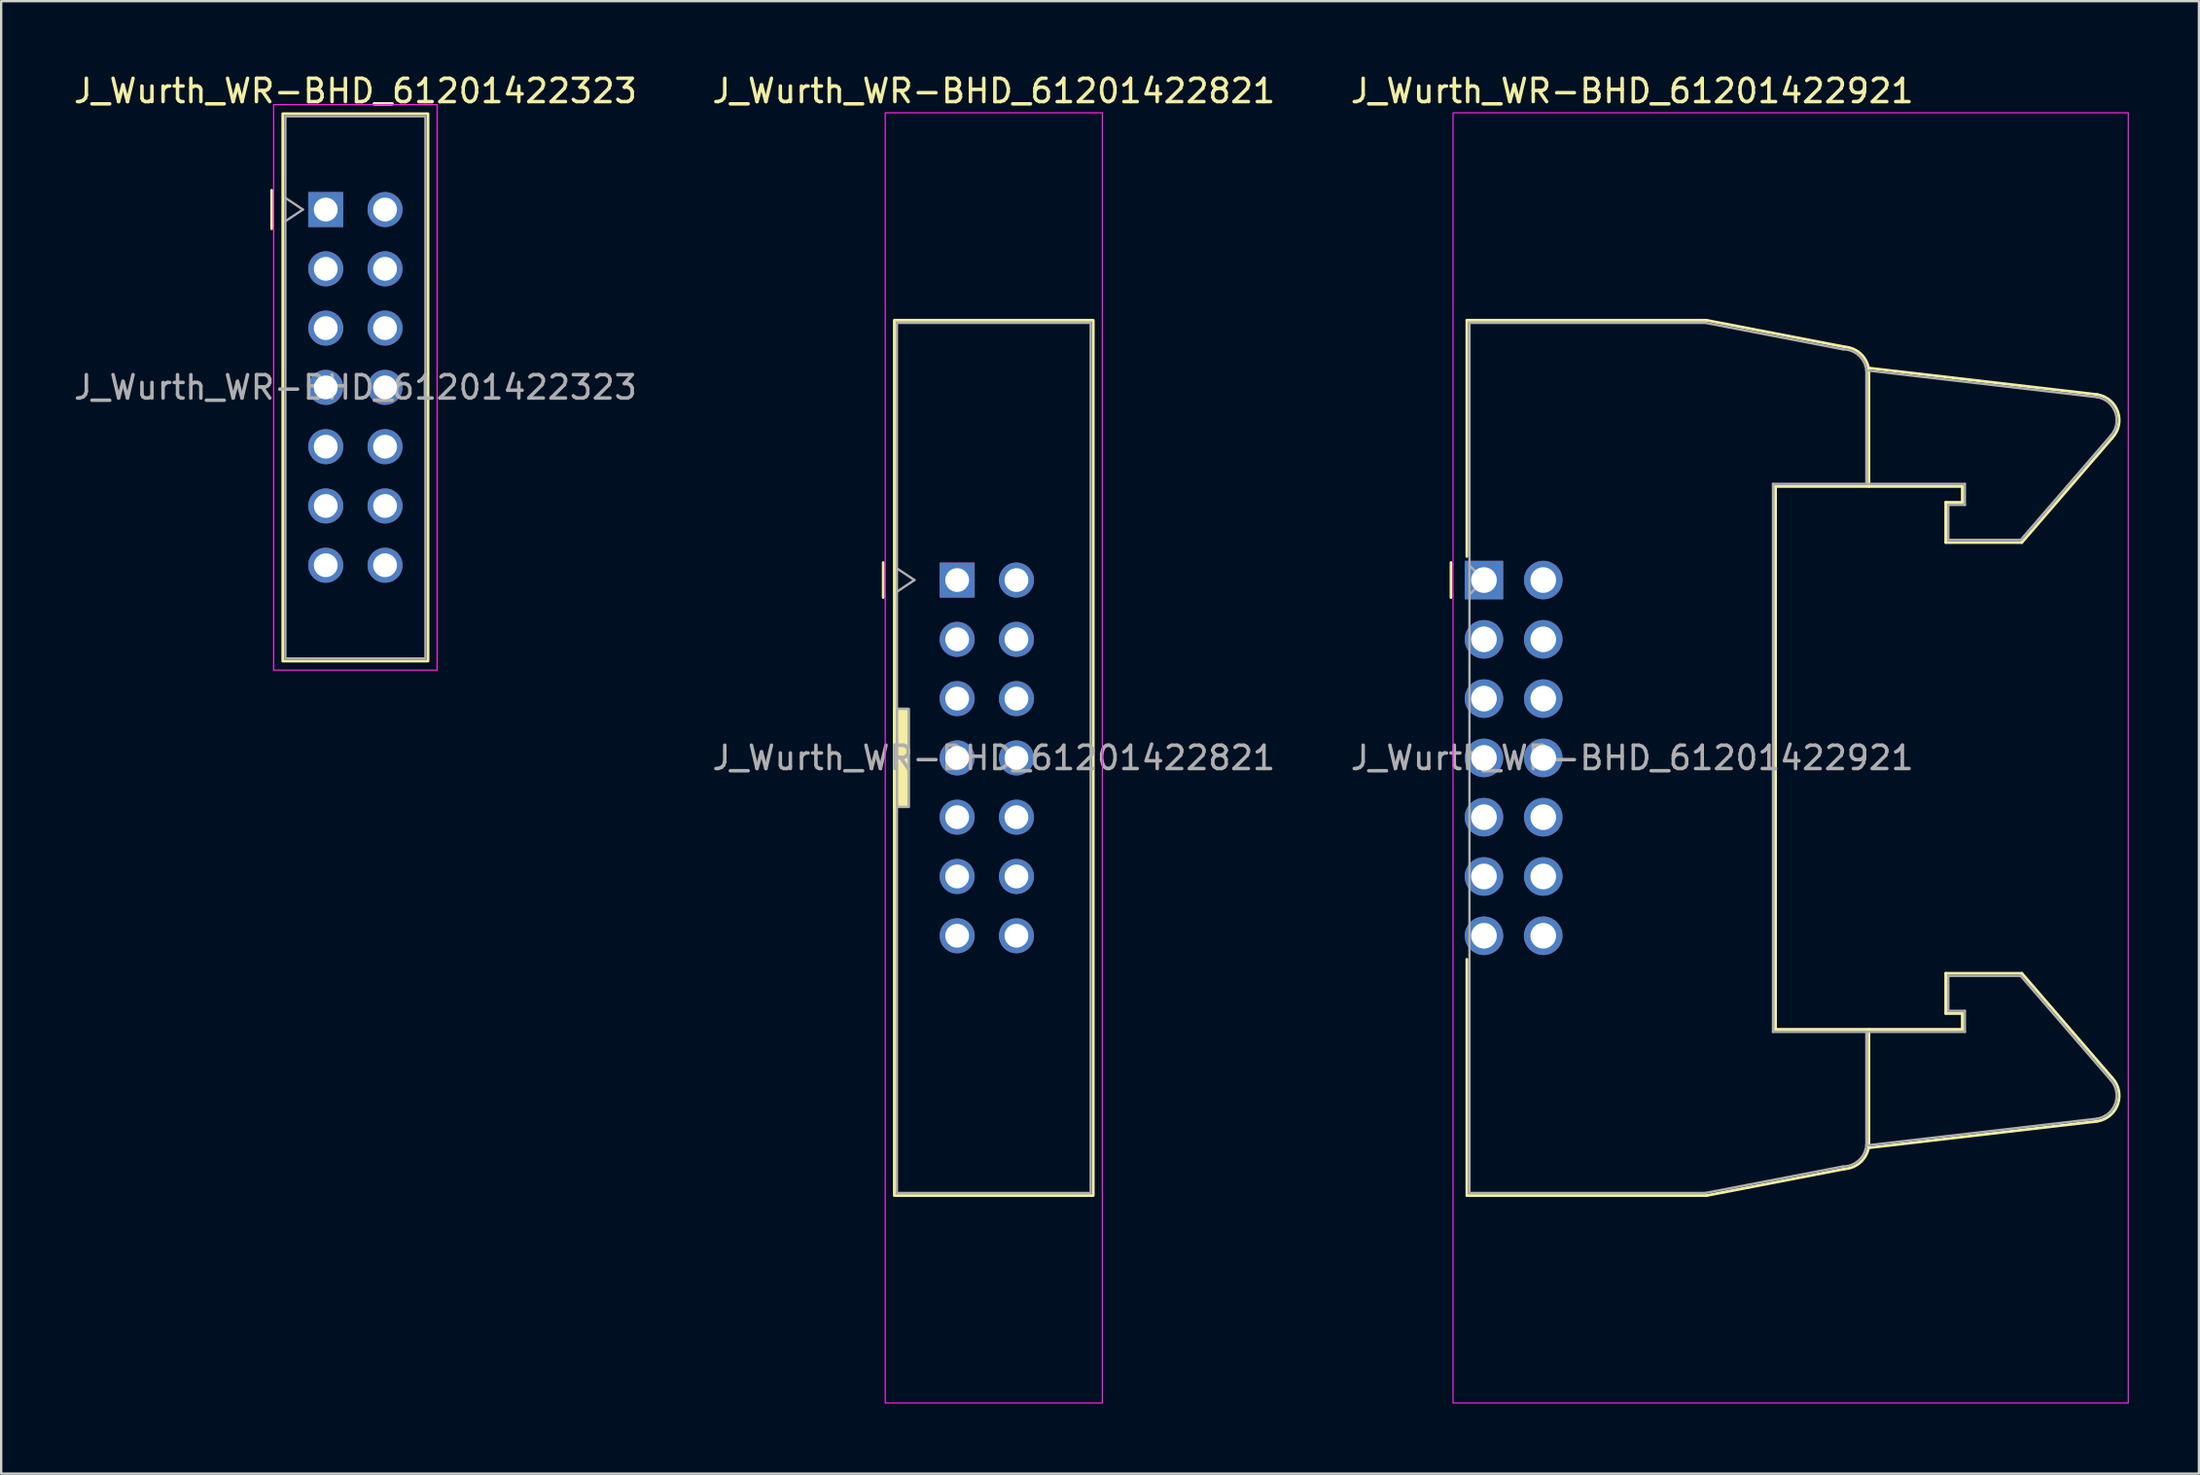
<source format=kicad_pcb>
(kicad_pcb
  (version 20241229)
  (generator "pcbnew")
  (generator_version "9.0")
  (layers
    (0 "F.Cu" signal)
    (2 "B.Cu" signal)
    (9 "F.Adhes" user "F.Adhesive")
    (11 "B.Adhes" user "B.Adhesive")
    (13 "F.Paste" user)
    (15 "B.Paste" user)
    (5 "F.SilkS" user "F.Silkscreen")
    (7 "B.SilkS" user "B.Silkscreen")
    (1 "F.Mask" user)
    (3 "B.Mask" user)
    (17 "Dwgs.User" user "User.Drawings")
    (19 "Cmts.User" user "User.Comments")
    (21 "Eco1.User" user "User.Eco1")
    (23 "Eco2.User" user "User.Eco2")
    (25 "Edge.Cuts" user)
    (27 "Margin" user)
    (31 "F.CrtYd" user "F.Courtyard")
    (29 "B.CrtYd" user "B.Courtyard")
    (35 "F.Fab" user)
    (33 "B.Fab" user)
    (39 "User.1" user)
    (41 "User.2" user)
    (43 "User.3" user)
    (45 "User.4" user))
  (footprint "J_Wurth_WR-BHD_61201422821"
    (layer "F.Cu")
    (at 37.948 21.803)
    (property "Reference" "J_Wurth_WR-BHD_61201422821" (at 1.57 -20.955 0) (unlocked yes) (layer "F.SilkS") (effects (font (size 1 1) (thickness 0.15))))
    (attr through_hole)
    (fp_line (start -3.165 -0.75) (end -3.165 0.75) (stroke (width 0.12) (type solid)) (layer "F.SilkS"))
    (fp_rect (start -2.69 -11.13) (end 5.83 26.37) (stroke (width 0.12) (type solid)) (fill no) (layer "F.SilkS"))
    (fp_rect (start -2.69 5.52) (end -2.08 9.72) (stroke (width 0.1) (type solid)) (fill yes) (layer "F.SilkS"))
    (fp_rect (start -3.08 -20.02) (end 6.22 35.26) (stroke (width 0.05) (type solid)) (fill no) (layer "F.CrtYd"))
    (fp_line (start -1.83 0) (end -2.58 -0.5) (stroke (width 0.1) (type solid)) (layer "F.Fab"))
    (fp_line (start -1.83 0) (end -2.58 0.5) (stroke (width 0.1) (type solid)) (layer "F.Fab"))
    (fp_rect (start -2.58 -11.02) (end 5.72 26.26) (stroke (width 0.1) (type solid)) (fill no) (layer "F.Fab"))
    (fp_rect (start -2.58 5.52) (end -2.08 9.72) (stroke (width 0.1) (type solid)) (fill no) (layer "F.Fab"))
    (fp_text user "${REFERENCE}" (at 1.57 7.62 0) (unlocked yes) (layer "F.Fab") (effects (font (size 1 1) (thickness 0.15))))
    (pad "1" thru_hole rect (at 0 0 270) (size 1.5 1.5) (drill 1.02) (layers "*.Cu" "*.Mask"))
    (pad "2" thru_hole circle (at 2.54 0 270) (size 1.5 1.5) (drill 1.02) (layers "*.Cu" "*.Mask"))
    (pad "3" thru_hole circle (at 0 2.54 270) (size 1.5 1.5) (drill 1.02) (layers "*.Cu" "*.Mask"))
    (pad "4" thru_hole circle (at 2.54 2.54 270) (size 1.5 1.5) (drill 1.02) (layers "*.Cu" "*.Mask"))
    (pad "5" thru_hole circle (at 0 5.08 270) (size 1.5 1.5) (drill 1.02) (layers "*.Cu" "*.Mask"))
    (pad "6" thru_hole circle (at 2.54 5.08 270) (size 1.5 1.5) (drill 1.02) (layers "*.Cu" "*.Mask"))
    (pad "7" thru_hole circle (at 0 7.62 270) (size 1.5 1.5) (drill 1.02) (layers "*.Cu" "*.Mask"))
    (pad "8" thru_hole circle (at 2.54 7.62 270) (size 1.5 1.5) (drill 1.02) (layers "*.Cu" "*.Mask"))
    (pad "9" thru_hole circle (at 0 10.16 270) (size 1.5 1.5) (drill 1.02) (layers "*.Cu" "*.Mask"))
    (pad "10" thru_hole circle (at 2.54 10.16 270) (size 1.5 1.5) (drill 1.02) (layers "*.Cu" "*.Mask"))
    (pad "11" thru_hole circle (at 0 12.7 270) (size 1.5 1.5) (drill 1.02) (layers "*.Cu" "*.Mask"))
    (pad "12" thru_hole circle (at 2.54 12.7 270) (size 1.5 1.5) (drill 1.02) (layers "*.Cu" "*.Mask"))
    (pad "13" thru_hole circle (at 0 15.24 270) (size 1.5 1.5) (drill 1.02) (layers "*.Cu" "*.Mask"))
    (pad "14" thru_hole circle (at 2.54 15.24 270) (size 1.5 1.5) (drill 1.02) (layers "*.Cu" "*.Mask")))
  (footprint "J_Wurth_WR-BHD_61201422323"
    (layer "F.Cu")
    (at 10.903 5.928)
    (property "Reference" "J_Wurth_WR-BHD_61201422323" (at 1.27 -5.08 0) (unlocked yes) (layer "F.SilkS") (effects (font (size 1 1) (thickness 0.15))))
    (attr through_hole)
    (fp_line (start -2.315 -0.825) (end -2.315 0.825) (stroke (width 0.12) (type solid)) (layer "F.SilkS"))
    (fp_rect (start -1.84 -4.105) (end 4.38 19.345) (stroke (width 0.12) (type solid)) (fill no) (layer "F.SilkS"))
    (fp_rect (start -2.23 -4.495) (end 4.77 19.735) (stroke (width 0.05) (type solid)) (fill no) (layer "F.CrtYd"))
    (fp_line (start -0.98 0) (end -1.73 -0.5) (stroke (width 0.1) (type solid)) (layer "F.Fab"))
    (fp_line (start -0.98 0) (end -1.73 0.5) (stroke (width 0.1) (type solid)) (layer "F.Fab"))
    (fp_rect (start -1.73 -3.995) (end 4.27 19.235) (stroke (width 0.1) (type solid)) (fill no) (layer "F.Fab"))
    (fp_text user "${REFERENCE}" (at 1.27 7.62 0) (unlocked yes) (layer "F.Fab") (effects (font (size 1 1) (thickness 0.15))))
    (pad "1" thru_hole rect (at 0 0 270) (size 1.5 1.5) (drill 1.02) (layers "*.Cu" "*.Mask"))
    (pad "2" thru_hole circle (at 2.54 0 270) (size 1.5 1.5) (drill 1.02) (layers "*.Cu" "*.Mask"))
    (pad "3" thru_hole circle (at 0 2.54 270) (size 1.5 1.5) (drill 1.02) (layers "*.Cu" "*.Mask"))
    (pad "4" thru_hole circle (at 2.54 2.54 270) (size 1.5 1.5) (drill 1.02) (layers "*.Cu" "*.Mask"))
    (pad "5" thru_hole circle (at 0 5.08 270) (size 1.5 1.5) (drill 1.02) (layers "*.Cu" "*.Mask"))
    (pad "6" thru_hole circle (at 2.54 5.08 270) (size 1.5 1.5) (drill 1.02) (layers "*.Cu" "*.Mask"))
    (pad "7" thru_hole circle (at 0 7.62 270) (size 1.5 1.5) (drill 1.02) (layers "*.Cu" "*.Mask"))
    (pad "8" thru_hole circle (at 2.54 7.62 270) (size 1.5 1.5) (drill 1.02) (layers "*.Cu" "*.Mask"))
    (pad "9" thru_hole circle (at 0 10.16 270) (size 1.5 1.5) (drill 1.02) (layers "*.Cu" "*.Mask"))
    (pad "10" thru_hole circle (at 2.54 10.16 270) (size 1.5 1.5) (drill 1.02) (layers "*.Cu" "*.Mask"))
    (pad "11" thru_hole circle (at 0 12.7 270) (size 1.5 1.5) (drill 1.02) (layers "*.Cu" "*.Mask"))
    (pad "12" thru_hole circle (at 2.54 12.7 270) (size 1.5 1.5) (drill 1.02) (layers "*.Cu" "*.Mask"))
    (pad "13" thru_hole circle (at 0 15.24 270) (size 1.5 1.5) (drill 1.02) (layers "*.Cu" "*.Mask"))
    (pad "14" thru_hole circle (at 2.54 15.24 270) (size 1.5 1.5) (drill 1.02) (layers "*.Cu" "*.Mask")))
  (footprint "J_Wurth_WR-BHD_61201422921"
    (layer "F.Cu")
    (at 60.513 21.803)
    (property "Reference" "J_Wurth_WR-BHD_61201422921" (at 6.35 -20.955 0) (unlocked yes) (layer "F.SilkS") (effects (font (size 1 1) (thickness 0.15))))
    (attr through_hole)
    (fp_line (start -1.41 -0.75) (end -1.41 0.75) (stroke (width 0.12) (type solid)) (layer "F.SilkS"))
    (fp_line (start -0.73 -11.13) (end -0.73 -1.01) (stroke (width 0.12) (type solid)) (layer "F.SilkS"))
    (fp_line (start -0.73 -11.13) (end 9.534 -11.13) (stroke (width 0.12) (type solid)) (layer "F.SilkS"))
    (fp_line (start -0.73 26.37) (end -0.73 16.25) (stroke (width 0.12) (type solid)) (layer "F.SilkS"))
    (fp_line (start -0.73 26.37) (end 9.534 26.37) (stroke (width 0.12) (type solid)) (layer "F.SilkS"))
    (fp_line (start 9.534 -11.13) (end 15.443 -9.992) (stroke (width 0.12) (type solid)) (layer "F.SilkS"))
    (fp_line (start 9.534 26.37) (end 15.443 25.232) (stroke (width 0.12) (type solid)) (layer "F.SilkS"))
    (fp_line (start 12.49 19.25) (end 12.49 -4.01) (stroke (width 0.12) (type solid)) (layer "F.SilkS"))
    (fp_line (start 16.49 -8.975) (end 16.49 -4.01) (stroke (width 0.12) (type solid)) (layer "F.SilkS"))
    (fp_line (start 16.49 24.215) (end 16.49 19.25) (stroke (width 0.12) (type solid)) (layer "F.SilkS"))
    (fp_line (start 19.78 -3.33) (end 19.78 -1.61) (stroke (width 0.12) (type solid)) (layer "F.SilkS"))
    (fp_line (start 19.78 -1.61) (end 23.04 -1.61) (stroke (width 0.12) (type solid)) (layer "F.SilkS"))
    (fp_line (start 19.78 16.85) (end 23.04 16.85) (stroke (width 0.12) (type solid)) (layer "F.SilkS"))
    (fp_line (start 19.78 18.57) (end 19.78 16.85) (stroke (width 0.12) (type solid)) (layer "F.SilkS"))
    (fp_line (start 20.49 -4.01) (end 12.49 -4.01) (stroke (width 0.12) (type solid)) (layer "F.SilkS"))
    (fp_line (start 20.49 -3.33) (end 19.78 -3.33) (stroke (width 0.12) (type solid)) (layer "F.SilkS"))
    (fp_line (start 20.49 -3.33) (end 20.49 -4.01) (stroke (width 0.12) (type solid)) (layer "F.SilkS"))
    (fp_line (start 20.49 18.57) (end 19.78 18.57) (stroke (width 0.12) (type solid)) (layer "F.SilkS"))
    (fp_line (start 20.49 18.57) (end 20.49 19.25) (stroke (width 0.12) (type solid)) (layer "F.SilkS"))
    (fp_line (start 20.49 19.25) (end 12.49 19.25) (stroke (width 0.12) (type solid)) (layer "F.SilkS"))
    (fp_line (start 23.04 -1.61) (end 26.903 -6.082) (stroke (width 0.12) (type solid)) (layer "F.SilkS"))
    (fp_line (start 23.04 16.85) (end 26.903 21.322) (stroke (width 0.12) (type solid)) (layer "F.SilkS"))
    (fp_line (start 26.279 -7.947) (end 16.472 -9.085) (stroke (width 0.12) (type solid)) (layer "F.SilkS"))
    (fp_line (start 26.279 23.187) (end 16.472 24.325) (stroke (width 0.12) (type solid)) (layer "F.SilkS"))
    (fp_arc (start 15.442979 -9.98974) (mid 16.176162 -9.655638) (end 16.491006 -8.913981) (stroke (width 0.12) (type solid)) (layer "F.SilkS"))
    (fp_arc (start 16.491006 24.153981) (mid 16.176162 24.895638) (end 15.442979 25.22974) (stroke (width 0.12) (type solid)) (layer "F.SilkS"))
    (fp_arc (start 26.278536 -7.946703) (mid 27.153628 -7.202846) (end 26.903 -6.082) (stroke (width 0.12) (type solid)) (layer "F.SilkS"))
    (fp_arc (start 26.903 21.322) (mid 27.153628 22.442846) (end 26.278536 23.186703) (stroke (width 0.12) (type solid)) (layer "F.SilkS"))
    (fp_rect (start -1.325 -20.02) (end 27.6 35.26) (stroke (width 0.05) (type solid)) (fill no) (layer "F.CrtYd"))
    (fp_line (start -0.62 -11.02) (end 9.484 -11.02) (stroke (width 0.1) (type solid)) (layer "F.Fab"))
    (fp_line (start -0.62 26.26) (end -0.62 -11.02) (stroke (width 0.1) (type solid)) (layer "F.Fab"))
    (fp_line (start -0.62 26.26) (end 9.484 26.26) (stroke (width 0.1) (type solid)) (layer "F.Fab"))
    (fp_line (start 0 0) (end -0.62 -0.62) (stroke (width 0.1) (type solid)) (layer "F.Fab"))
    (fp_line (start 0 0) (end -0.62 0.62) (stroke (width 0.1) (type solid)) (layer "F.Fab"))
    (fp_line (start 9.484 -11.02) (end 15.381 -9.884) (stroke (width 0.1) (type solid)) (layer "F.Fab"))
    (fp_line (start 9.484 26.26) (end 15.381 25.124) (stroke (width 0.1) (type solid)) (layer "F.Fab"))
    (fp_line (start 12.38 19.36) (end 12.38 -4.12) (stroke (width 0.1) (type solid)) (layer "F.Fab"))
    (fp_line (start 16.38 -8.975) (end 16.38 -4.12) (stroke (width 0.1) (type solid)) (layer "F.Fab"))
    (fp_line (start 16.38 24.215) (end 16.38 19.36) (stroke (width 0.1) (type solid)) (layer "F.Fab"))
    (fp_line (start 19.89 -3.22) (end 19.89 -1.72) (stroke (width 0.1) (type solid)) (layer "F.Fab"))
    (fp_line (start 19.89 -1.72) (end 22.99 -1.72) (stroke (width 0.1) (type solid)) (layer "F.Fab"))
    (fp_line (start 19.89 16.96) (end 22.99 16.96) (stroke (width 0.1) (type solid)) (layer "F.Fab"))
    (fp_line (start 19.89 18.46) (end 19.89 16.96) (stroke (width 0.1) (type solid)) (layer "F.Fab"))
    (fp_line (start 20.6 -4.12) (end 12.38 -4.12) (stroke (width 0.1) (type solid)) (layer "F.Fab"))
    (fp_line (start 20.6 -3.22) (end 19.89 -3.22) (stroke (width 0.1) (type solid)) (layer "F.Fab"))
    (fp_line (start 20.6 -3.22) (end 20.6 -4.12) (stroke (width 0.1) (type solid)) (layer "F.Fab"))
    (fp_line (start 20.6 18.46) (end 19.89 18.46) (stroke (width 0.1) (type solid)) (layer "F.Fab"))
    (fp_line (start 20.6 18.46) (end 20.6 19.36) (stroke (width 0.1) (type solid)) (layer "F.Fab"))
    (fp_line (start 20.6 19.36) (end 12.38 19.36) (stroke (width 0.1) (type solid)) (layer "F.Fab"))
    (fp_line (start 22.99 -1.72) (end 26.853 -6.192) (stroke (width 0.1) (type solid)) (layer "F.Fab"))
    (fp_line (start 22.99 16.96) (end 26.853 21.432) (stroke (width 0.1) (type solid)) (layer "F.Fab"))
    (fp_line (start 26.252 -7.838) (end 16.38 -8.984) (stroke (width 0.1) (type solid)) (layer "F.Fab"))
    (fp_line (start 26.252 23.078) (end 16.38 24.224) (stroke (width 0.1) (type solid)) (layer "F.Fab"))
    (fp_arc (start 15.380999 -9.884) (mid 16.05791 -9.620576) (end 16.38 -8.969532) (stroke (width 0.1) (type solid)) (layer "F.Fab"))
    (fp_arc (start 16.38 24.209532) (mid 16.05791 24.860576) (end 15.380999 25.124) (stroke (width 0.1) (type solid)) (layer "F.Fab"))
    (fp_arc (start 26.260676 -7.836993) (mid 27.040851 -7.188778) (end 26.852999 -6.192) (stroke (width 0.1) (type solid)) (layer "F.Fab"))
    (fp_arc (start 26.852999 21.432) (mid 27.040851 22.428778) (end 26.260676 23.076993) (stroke (width 0.1) (type solid)) (layer "F.Fab"))
    (fp_text user "${REFERENCE}" (at 6.35 7.62 0) (unlocked yes) (layer "F.Fab") (effects (font (size 1 1) (thickness 0.15))))
    (pad "1" thru_hole rect (at 0 0 90) (size 1.65 1.65) (drill 1.1) (layers "*.Cu" "*.Mask"))
    (pad "2" thru_hole circle (at 2.54 0 90) (size 1.65 1.65) (drill 1.1) (layers "*.Cu" "*.Mask"))
    (pad "3" thru_hole circle (at 0 2.54 90) (size 1.65 1.65) (drill 1.1) (layers "*.Cu" "*.Mask"))
    (pad "4" thru_hole circle (at 2.54 2.54 90) (size 1.65 1.65) (drill 1.1) (layers "*.Cu" "*.Mask"))
    (pad "5" thru_hole circle (at 0 5.08 90) (size 1.65 1.65) (drill 1.1) (layers "*.Cu" "*.Mask"))
    (pad "6" thru_hole circle (at 2.54 5.08 90) (size 1.65 1.65) (drill 1.1) (layers "*.Cu" "*.Mask"))
    (pad "7" thru_hole circle (at 0 7.62 90) (size 1.65 1.65) (drill 1.1) (layers "*.Cu" "*.Mask"))
    (pad "8" thru_hole circle (at 2.54 7.62 90) (size 1.65 1.65) (drill 1.1) (layers "*.Cu" "*.Mask"))
    (pad "9" thru_hole circle (at 0 10.16 90) (size 1.65 1.65) (drill 1.1) (layers "*.Cu" "*.Mask"))
    (pad "10" thru_hole circle (at 2.54 10.16 90) (size 1.65 1.65) (drill 1.1) (layers "*.Cu" "*.Mask"))
    (pad "11" thru_hole circle (at 0 12.7 90) (size 1.65 1.65) (drill 1.1) (layers "*.Cu" "*.Mask"))
    (pad "12" thru_hole circle (at 2.54 12.7 90) (size 1.65 1.65) (drill 1.1) (layers "*.Cu" "*.Mask"))
    (pad "13" thru_hole circle (at 0 15.24 90) (size 1.65 1.65) (drill 1.1) (layers "*.Cu" "*.Mask"))
    (pad "14" thru_hole circle (at 2.54 15.24 90) (size 1.65 1.65) (drill 1.1) (layers "*.Cu" "*.Mask")))
  (gr_rect
    (start -3 -3)
    (end 91.138 60.088)
    (stroke (width 0.1) (type default))
    (fill no)
    (layer "Edge.Cuts")))
</source>
